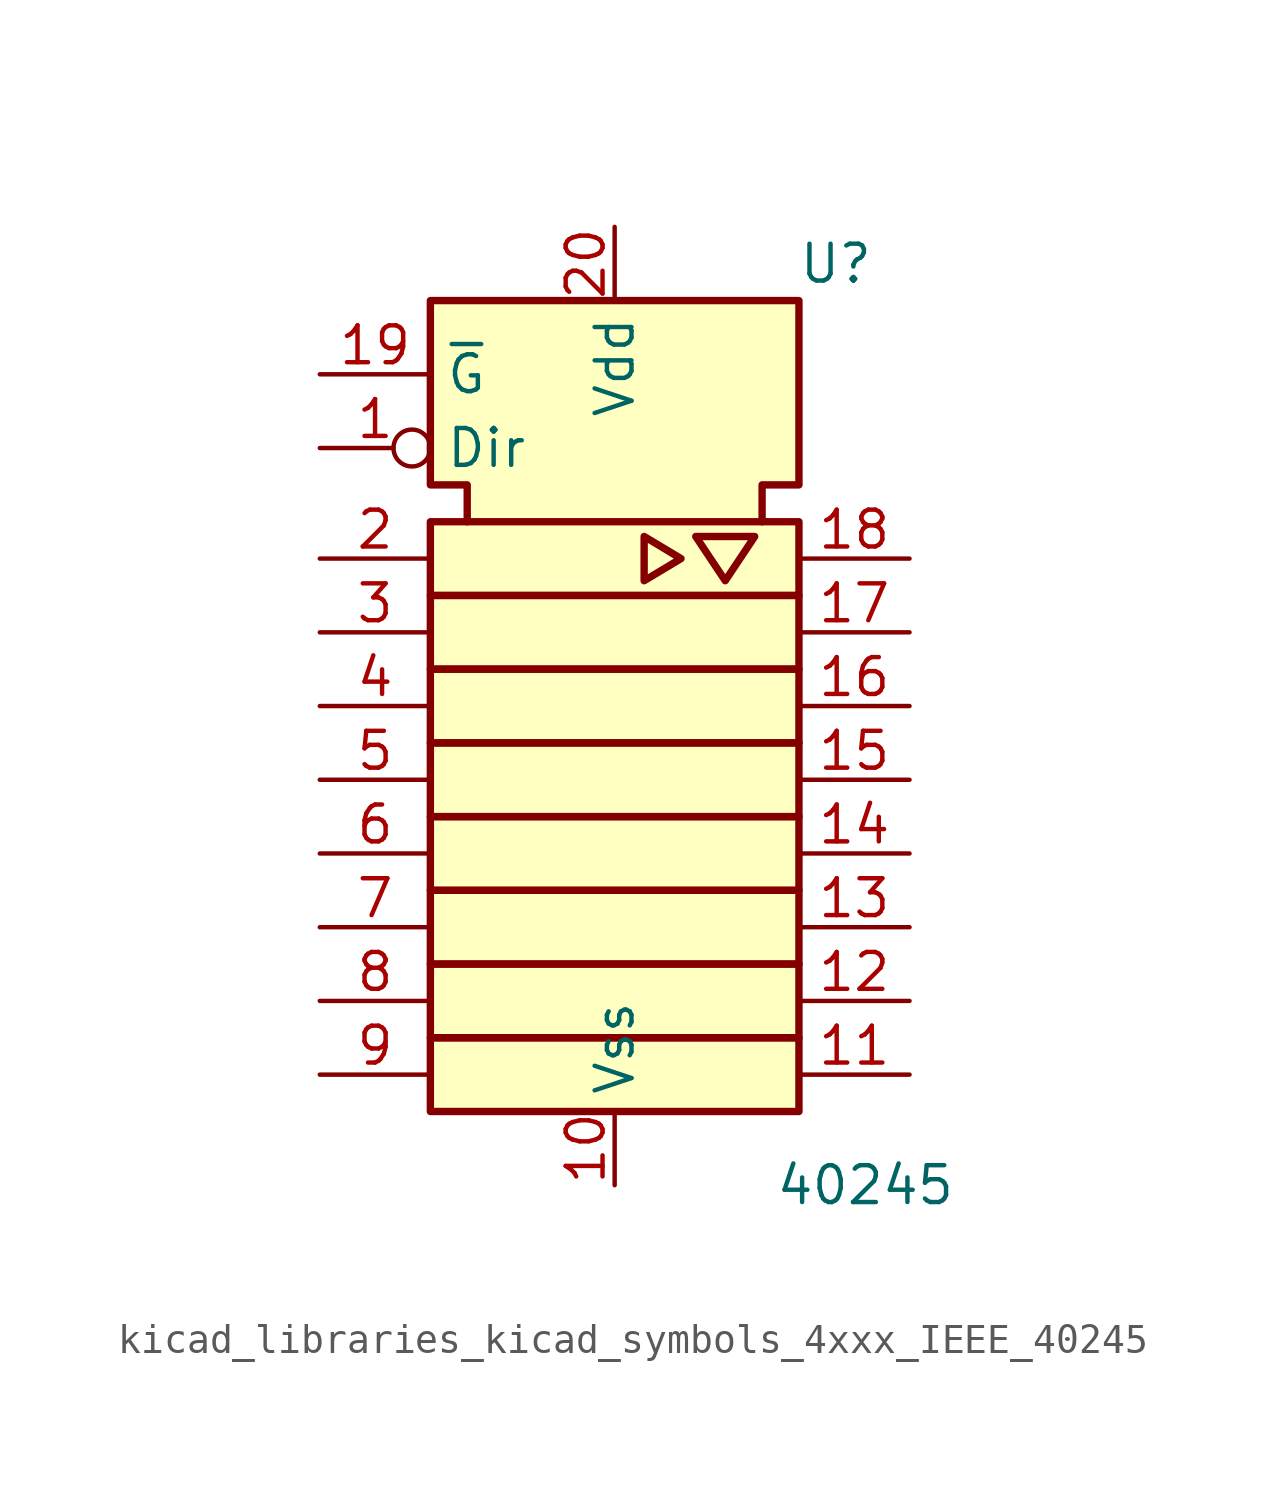
<source format=kicad_sym>
(kicad_symbol_lib
  (version 20220914)
  (generator kicad_symbol_editor)
  (symbol "kicad_libraries_kicad_symbols_4xxx_IEEE_40245"
    (property "Reference" "U"
      (at 7.62 16.51 0)
      (effects (font (size 1.27 1.27))))
    (property "Value" "40245"
      (at 8.636 -15.24 0)
      (effects (font (size 1.27 1.27))))
    (symbol "kicad_libraries_kicad_symbols_4xxx_IEEE_40245_0_0"
      (polyline (pts (xy 1.016 7.112) (xy 1.016 5.588) (xy 2.286 6.35) (xy 1.016 7.112) (xy 1.016 7.112)) (stroke (width 0.254) (type default)) (fill (type background)))
      (polyline (pts (xy 3.302 7.112) (xy 4.826 7.112) (xy 3.81 5.588) (xy 2.794 7.112) (xy 3.302 7.112) (xy 3.302 7.112)) (stroke (width 0.254) (type default)) (fill (type background))))
    (symbol "kicad_libraries_kicad_symbols_4xxx_IEEE_40245_0_1"
      (rectangle (start -6.35 -10.16) (end 6.35 -12.7) (stroke (width 0.254) (type default)) (fill (type background)))
      (rectangle (start -6.35 -7.62) (end 6.35 -10.16) (stroke (width 0.254) (type default)) (fill (type background)))
      (rectangle (start -6.35 -5.08) (end 6.35 -7.62) (stroke (width 0.254) (type default)) (fill (type background)))
      (rectangle (start -6.35 -2.54) (end 6.35 -5.08) (stroke (width 0.254) (type default)) (fill (type background)))
      (rectangle (start -6.35 0) (end 6.35 -2.54) (stroke (width 0.254) (type default)) (fill (type background)))
      (rectangle (start -6.35 2.54) (end 6.35 0) (stroke (width 0.254) (type default)) (fill (type background)))
      (rectangle (start -6.35 5.08) (end 6.35 2.54) (stroke (width 0.254) (type default)) (fill (type background)))
      (rectangle (start -6.35 7.62) (end 6.35 5.08) (stroke (width 0.254) (type default)) (fill (type background)))
      (polyline (pts (xy -5.08 7.62) (xy -5.08 8.89) (xy -6.35 8.89) (xy -6.35 15.24) (xy 6.35 15.24) (xy 6.35 8.89) (xy 5.08 8.89) (xy 5.08 7.62) (xy 5.08 7.62)) (stroke (width 0.254) (type default)) (fill (type background))))
    (symbol "kicad_libraries_kicad_symbols_4xxx_IEEE_40245_1_0"
      (pin output inverted (at -10.16 10.16 0) (length 3.81) (name "Dir" (effects (font (size 1.27 1.27)))) (number "1" (effects (font (size 1.27 1.27)))))
      (pin power_in line (at 0 -15.24 90) (length 2.54) (name "Vss" (effects (font (size 1.27 1.27)))) (number "10" (effects (font (size 1.27 1.27)))))
      (pin bidirectional line (at 10.16 -11.43 180) (length 3.81) (name "~" (effects (font (size 1.27 1.27)))) (number "11" (effects (font (size 1.27 1.27)))))
      (pin bidirectional line (at 10.16 -8.89 180) (length 3.81) (name "~" (effects (font (size 1.27 1.27)))) (number "12" (effects (font (size 1.27 1.27)))))
      (pin bidirectional line (at 10.16 -6.35 180) (length 3.81) (name "~" (effects (font (size 1.27 1.27)))) (number "13" (effects (font (size 1.27 1.27)))))
      (pin bidirectional line (at 10.16 -3.81 180) (length 3.81) (name "~" (effects (font (size 1.27 1.27)))) (number "14" (effects (font (size 1.27 1.27)))))
      (pin bidirectional line (at 10.16 -1.27 180) (length 3.81) (name "~" (effects (font (size 1.27 1.27)))) (number "15" (effects (font (size 1.27 1.27)))))
      (pin bidirectional line (at 10.16 1.27 180) (length 3.81) (name "~" (effects (font (size 1.27 1.27)))) (number "16" (effects (font (size 1.27 1.27)))))
      (pin bidirectional line (at 10.16 3.81 180) (length 3.81) (name "~" (effects (font (size 1.27 1.27)))) (number "17" (effects (font (size 1.27 1.27)))))
      (pin bidirectional line (at 10.16 6.35 180) (length 3.81) (name "~" (effects (font (size 1.27 1.27)))) (number "18" (effects (font (size 1.27 1.27)))))
      (pin output line (at -10.16 12.7 0) (length 3.81) (name "~{G}" (effects (font (size 1.27 1.27)))) (number "19" (effects (font (size 1.27 1.27)))))
      (pin output line (at -10.16 6.35 0) (length 3.81) (name "~" (effects (font (size 1.27 1.27)))) (number "2" (effects (font (size 1.27 1.27)))))
      (pin power_in line (at 0 17.78 270) (length 2.54) (name "Vdd" (effects (font (size 1.27 1.27)))) (number "20" (effects (font (size 1.27 1.27)))))
      (pin output line (at -10.16 3.81 0) (length 3.81) (name "~" (effects (font (size 1.27 1.27)))) (number "3" (effects (font (size 1.27 1.27)))))
      (pin output line (at -10.16 1.27 0) (length 3.81) (name "~" (effects (font (size 1.27 1.27)))) (number "4" (effects (font (size 1.27 1.27)))))
      (pin output line (at -10.16 -1.27 0) (length 3.81) (name "~" (effects (font (size 1.27 1.27)))) (number "5" (effects (font (size 1.27 1.27)))))
      (pin output line (at -10.16 -3.81 0) (length 3.81) (name "~" (effects (font (size 1.27 1.27)))) (number "6" (effects (font (size 1.27 1.27)))))
      (pin output line (at -10.16 -6.35 0) (length 3.81) (name "~" (effects (font (size 1.27 1.27)))) (number "7" (effects (font (size 1.27 1.27)))))
      (pin output line (at -10.16 -8.89 0) (length 3.81) (name "~" (effects (font (size 1.27 1.27)))) (number "8" (effects (font (size 1.27 1.27)))))
      (pin output line (at -10.16 -11.43 0) (length 3.81) (name "~" (effects (font (size 1.27 1.27)))) (number "9" (effects (font (size 1.27 1.27))))))))
</source>
